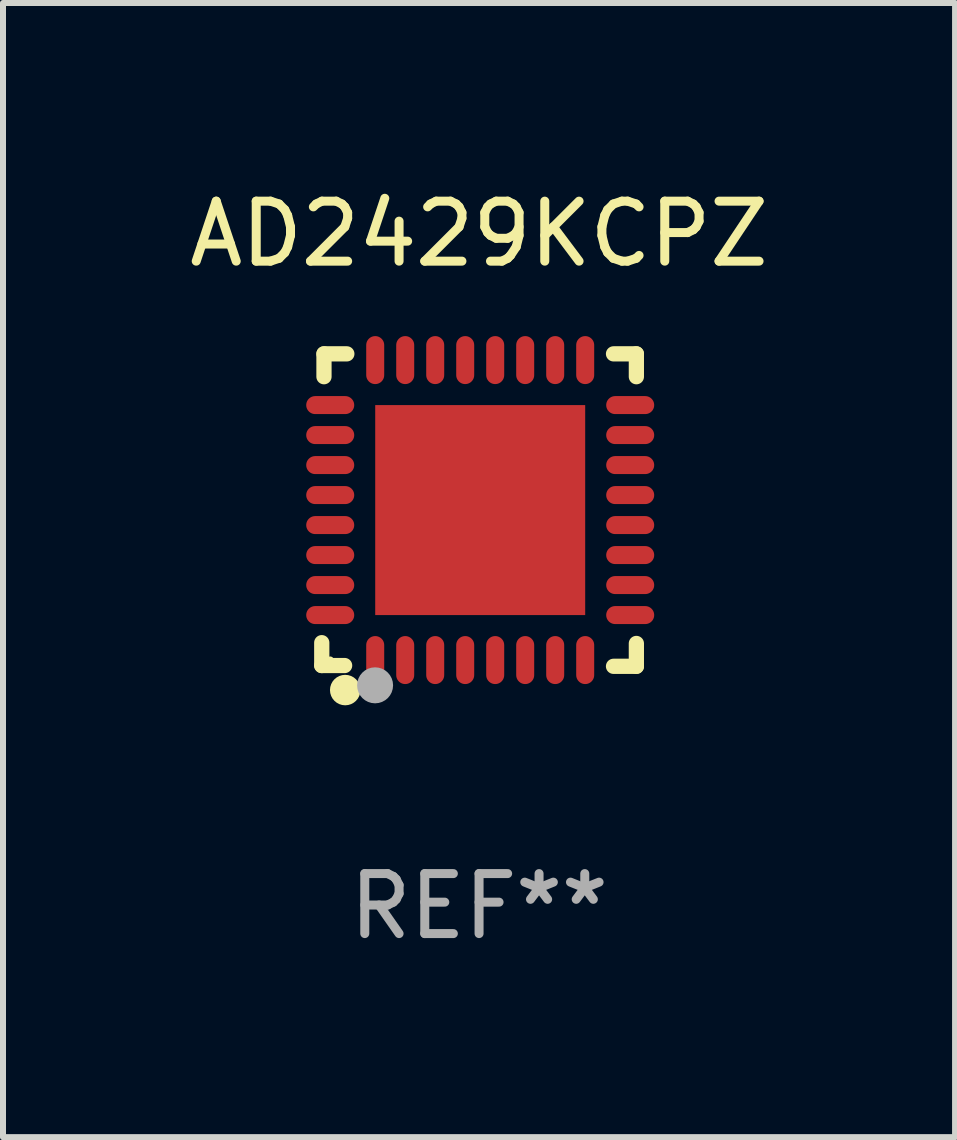
<source format=kicad_pcb>
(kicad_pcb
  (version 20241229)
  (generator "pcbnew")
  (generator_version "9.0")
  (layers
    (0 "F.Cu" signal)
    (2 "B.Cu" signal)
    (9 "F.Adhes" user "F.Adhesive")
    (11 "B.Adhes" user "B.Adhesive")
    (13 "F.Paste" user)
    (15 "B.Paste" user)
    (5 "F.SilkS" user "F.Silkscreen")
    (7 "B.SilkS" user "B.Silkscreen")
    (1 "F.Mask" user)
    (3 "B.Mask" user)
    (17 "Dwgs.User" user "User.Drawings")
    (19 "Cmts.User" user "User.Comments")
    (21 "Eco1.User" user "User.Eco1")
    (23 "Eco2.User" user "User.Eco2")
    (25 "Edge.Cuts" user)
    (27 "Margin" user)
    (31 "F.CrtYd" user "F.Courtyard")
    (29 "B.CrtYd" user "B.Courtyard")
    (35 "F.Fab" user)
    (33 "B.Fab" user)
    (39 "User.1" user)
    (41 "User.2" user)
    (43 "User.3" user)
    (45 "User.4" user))
  (footprint "AD2429KCPZ"
    (layer "F.Cu")
    (at 4.935 5.452)
    (property "Reference" "AD2429KCPZ" (at 0 -4.604 0) (layer "F.SilkS") (effects (font (size 1 1) (thickness 0.15))))
    (attr through_hole)
    (fp_line (start -2.622 2.21) (end -2.622 2.591) (stroke (width 0.254) (type solid)) (layer "F.SilkS"))
    (fp_line (start -2.622 2.591) (end -2.241 2.591) (stroke (width 0.254) (type solid)) (layer "F.SilkS"))
    (fp_line (start -2.585 -2.604) (end -2.585 -2.223) (stroke (width 0.254) (type solid)) (layer "F.SilkS"))
    (fp_line (start -2.204 -2.604) (end -2.585 -2.604) (stroke (width 0.254) (type solid)) (layer "F.SilkS"))
    (fp_line (start 2.241 2.604) (end 2.622 2.604) (stroke (width 0.254) (type solid)) (layer "F.SilkS"))
    (fp_line (start 2.622 -2.604) (end 2.241 -2.604) (stroke (width 0.254) (type solid)) (layer "F.SilkS"))
    (fp_line (start 2.622 -2.223) (end 2.622 -2.604) (stroke (width 0.254) (type solid)) (layer "F.SilkS"))
    (fp_line (start 2.622 2.604) (end 2.622 2.223) (stroke (width 0.254) (type solid)) (layer "F.SilkS"))
    (fp_circle (center -2.481 2.5) (end -2.451 2.5) (stroke (width 0.06) (type solid)) (fill no) (layer "F.SilkS"))
    (fp_circle (center -2.231 3) (end -2.104 3) (stroke (width 0.254) (type solid)) (fill no) (layer "F.SilkS"))
    (fp_circle (center -1.733 2.921) (end -1.583 2.921) (stroke (width 0.3) (type solid)) (fill no) (layer "F.Fab"))
    (fp_text user "REF**" (at 0 6.604 0) (layer "F.Fab") (effects (font (size 1 1) (thickness 0.15))))
    (pad "1" smd oval (at -1.731 2.5 90) (size 0.8 0.3) (layers "F.Cu" "F.Mask" "F.Paste"))
    (pad "2" smd oval (at -1.231 2.5 90) (size 0.8 0.3) (layers "F.Cu" "F.Mask" "F.Paste"))
    (pad "3" smd oval (at -0.731 2.5 90) (size 0.8 0.3) (layers "F.Cu" "F.Mask" "F.Paste"))
    (pad "4" smd oval (at -0.231 2.5 90) (size 0.8 0.3) (layers "F.Cu" "F.Mask" "F.Paste"))
    (pad "5" smd oval (at 0.269 2.5 90) (size 0.8 0.3) (layers "F.Cu" "F.Mask" "F.Paste"))
    (pad "6" smd oval (at 0.769 2.5 90) (size 0.8 0.3) (layers "F.Cu" "F.Mask" "F.Paste"))
    (pad "7" smd oval (at 1.269 2.5 90) (size 0.8 0.3) (layers "F.Cu" "F.Mask" "F.Paste"))
    (pad "8" smd oval (at 1.769 2.5 90) (size 0.8 0.3) (layers "F.Cu" "F.Mask" "F.Paste"))
    (pad "9" smd oval (at 2.519 1.75 180) (size 0.8 0.3) (layers "F.Cu" "F.Mask" "F.Paste"))
    (pad "10" smd oval (at 2.519 1.25 180) (size 0.8 0.3) (layers "F.Cu" "F.Mask" "F.Paste"))
    (pad "11" smd oval (at 2.519 0.75 180) (size 0.8 0.3) (layers "F.Cu" "F.Mask" "F.Paste"))
    (pad "12" smd oval (at 2.519 0.25 180) (size 0.8 0.3) (layers "F.Cu" "F.Mask" "F.Paste"))
    (pad "13" smd oval (at 2.519 -0.25 180) (size 0.8 0.3) (layers "F.Cu" "F.Mask" "F.Paste"))
    (pad "14" smd oval (at 2.519 -0.75 180) (size 0.8 0.3) (layers "F.Cu" "F.Mask" "F.Paste"))
    (pad "15" smd oval (at 2.519 -1.25 180) (size 0.8 0.3) (layers "F.Cu" "F.Mask" "F.Paste"))
    (pad "16" smd oval (at 2.519 -1.75 180) (size 0.8 0.3) (layers "F.Cu" "F.Mask" "F.Paste"))
    (pad "17" smd oval (at 1.769 -2.5 270) (size 0.8 0.3) (layers "F.Cu" "F.Mask" "F.Paste"))
    (pad "18" smd oval (at 1.269 -2.5 270) (size 0.8 0.3) (layers "F.Cu" "F.Mask" "F.Paste"))
    (pad "19" smd oval (at 0.769 -2.5 270) (size 0.8 0.3) (layers "F.Cu" "F.Mask" "F.Paste"))
    (pad "20" smd oval (at 0.269 -2.5 270) (size 0.8 0.3) (layers "F.Cu" "F.Mask" "F.Paste"))
    (pad "21" smd oval (at -0.231 -2.5 270) (size 0.8 0.3) (layers "F.Cu" "F.Mask" "F.Paste"))
    (pad "22" smd oval (at -0.731 -2.5 270) (size 0.8 0.3) (layers "F.Cu" "F.Mask" "F.Paste"))
    (pad "23" smd oval (at -1.231 -2.5 270) (size 0.8 0.3) (layers "F.Cu" "F.Mask" "F.Paste"))
    (pad "24" smd oval (at -1.731 -2.5 270) (size 0.8 0.3) (layers "F.Cu" "F.Mask" "F.Paste"))
    (pad "25" smd oval (at -2.481 -1.75) (size 0.8 0.3) (layers "F.Cu" "F.Mask" "F.Paste"))
    (pad "26" smd oval (at -2.481 -1.25) (size 0.8 0.3) (layers "F.Cu" "F.Mask" "F.Paste"))
    (pad "27" smd oval (at -2.481 -0.75) (size 0.8 0.3) (layers "F.Cu" "F.Mask" "F.Paste"))
    (pad "28" smd oval (at -2.481 -0.25) (size 0.8 0.3) (layers "F.Cu" "F.Mask" "F.Paste"))
    (pad "29" smd oval (at -2.481 0.25) (size 0.8 0.3) (layers "F.Cu" "F.Mask" "F.Paste"))
    (pad "30" smd oval (at -2.481 0.75) (size 0.8 0.3) (layers "F.Cu" "F.Mask" "F.Paste"))
    (pad "31" smd oval (at -2.481 1.25) (size 0.8 0.3) (layers "F.Cu" "F.Mask" "F.Paste"))
    (pad "32" smd oval (at -2.481 1.75) (size 0.8 0.3) (layers "F.Cu" "F.Mask" "F.Paste"))
    (pad "33" smd rect (at 0.019 -0.000025 90) (size 3.5 3.5) (layers "F.Cu" "F.Mask" "F.Paste")))
  (gr_rect
    (start -3 -3)
    (end 12.869 15.904)
    (stroke (width 0.1) (type default))
    (fill no)
    (layer "Edge.Cuts")))
</source>
